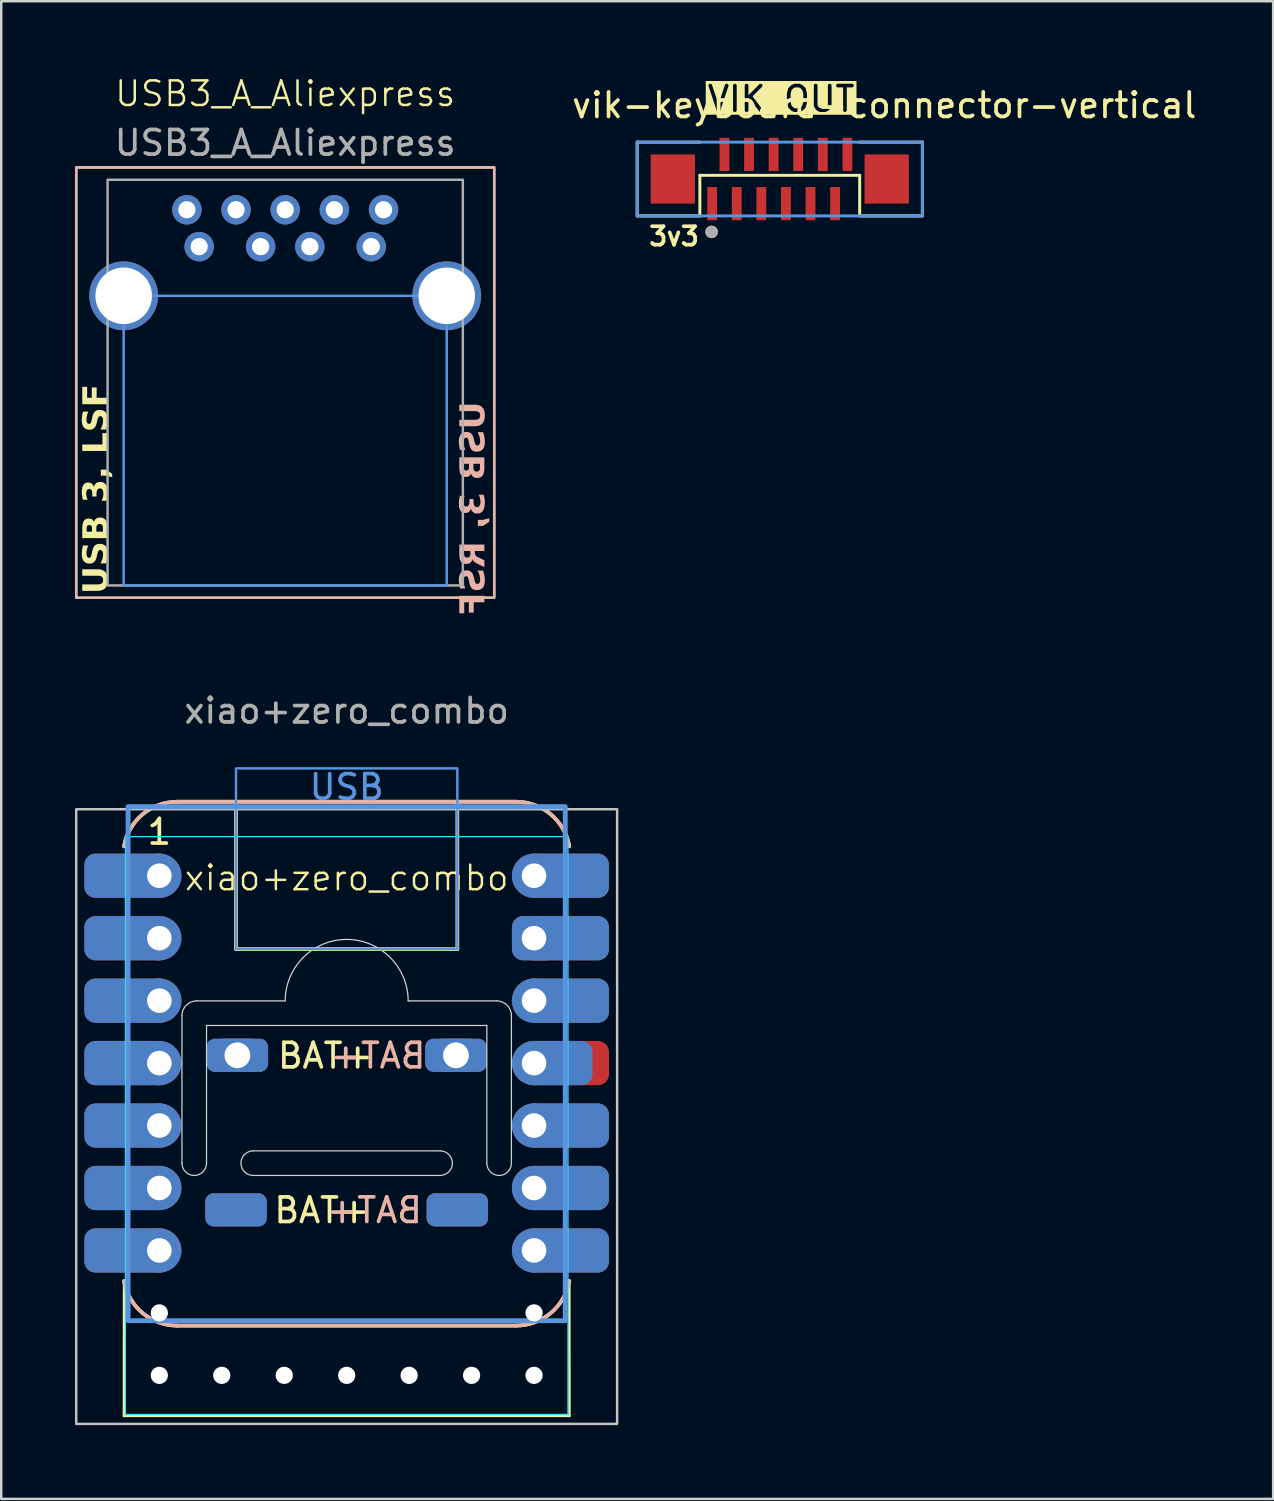
<source format=kicad_pcb>
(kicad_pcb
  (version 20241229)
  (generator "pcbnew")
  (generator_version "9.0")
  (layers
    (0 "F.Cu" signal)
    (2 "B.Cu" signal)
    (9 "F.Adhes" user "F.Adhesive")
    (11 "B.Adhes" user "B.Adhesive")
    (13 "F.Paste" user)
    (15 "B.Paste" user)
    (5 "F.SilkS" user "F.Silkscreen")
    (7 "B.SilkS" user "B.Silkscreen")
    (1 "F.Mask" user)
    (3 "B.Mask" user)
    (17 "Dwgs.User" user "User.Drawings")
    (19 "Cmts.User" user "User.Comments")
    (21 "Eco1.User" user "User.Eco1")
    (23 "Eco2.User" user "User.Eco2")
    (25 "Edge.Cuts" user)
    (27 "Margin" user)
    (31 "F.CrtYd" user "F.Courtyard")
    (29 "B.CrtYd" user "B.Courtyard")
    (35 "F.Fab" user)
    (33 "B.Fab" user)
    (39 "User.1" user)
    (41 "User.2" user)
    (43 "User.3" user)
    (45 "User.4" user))
  (footprint "xiao+zero_combo"
    (layer "F.Cu")
    (at 11.05 29.758)
    (property "Reference" "xiao+zero_combo" (at 0 2.9 0) (unlocked yes) (layer "F.SilkS") (effects (font (size 1 1) (thickness 0.1))))
    (attr through_hole)
    (fp_line (start -9.06 24.78) (end 9.06 24.78) (stroke (width 0.1) (type default)) (layer "F.SilkS"))
    (fp_line (start -9.056 19.294) (end -9.06 24.78) (stroke (width 0.1) (type default)) (layer "F.SilkS"))
    (fp_line (start -6.89 -0.2) (end 6.89 -0.2) (stroke (width 0.15) (type default)) (layer "F.SilkS"))
    (fp_line (start -4.501 5.795) (end -4.501 -0.2) (stroke (width 0.15) (type default)) (layer "F.SilkS"))
    (fp_line (start 4.501 5.795) (end -4.501 5.795) (stroke (width 0.15) (type default)) (layer "F.SilkS"))
    (fp_line (start 4.501 5.795) (end 4.501 -0.2) (stroke (width 0.15) (type default)) (layer "F.SilkS"))
    (fp_line (start 6.89 21.108) (end -6.89 21.108) (stroke (width 0.15) (type default)) (layer "F.SilkS"))
    (fp_line (start 9.056 19.294) (end 9.06 24.78) (stroke (width 0.1) (type default)) (layer "F.SilkS"))
    (fp_arc (start -9.055741 1.613262) (mid -8.302298 0.313166) (end -6.89 -0.2) (stroke (width 0.15) (type default)) (layer "F.SilkS"))
    (fp_arc (start -6.889999 21.1075) (mid -8.302298 20.594335) (end -9.055741 19.294239) (stroke (width 0.15) (type default)) (layer "F.SilkS"))
    (fp_arc (start 6.89 -0.2) (mid 8.302299 0.313165) (end 9.055741 1.613262) (stroke (width 0.15) (type default)) (layer "F.SilkS"))
    (fp_arc (start 9.055741 19.294238) (mid 8.302299 20.594335) (end 6.89 21.1075) (stroke (width 0.15) (type default)) (layer "F.SilkS"))
    (fp_line (start -6.89 21.107) (end 6.89 21.107) (stroke (width 0.15) (type default)) (layer "B.SilkS"))
    (fp_line (start 6.89 -0.2) (end -6.89 -0.2) (stroke (width 0.15) (type default)) (layer "B.SilkS"))
    (fp_arc (start -9.055741 1.613262) (mid -8.302299 0.313165) (end -6.89 -0.2) (stroke (width 0.15) (type default)) (layer "B.SilkS"))
    (fp_arc (start -6.89 21.107499) (mid -8.302299 20.594334) (end -9.055741 19.294237) (stroke (width 0.15) (type default)) (layer "B.SilkS"))
    (fp_arc (start 6.89 -0.2) (mid 8.302298 0.313166) (end 9.055741 1.613262) (stroke (width 0.15) (type default)) (layer "B.SilkS"))
    (fp_arc (start 9.055741 19.294238) (mid 8.302298 20.594334) (end 6.889999 21.107499) (stroke (width 0.15) (type default)) (layer "B.SilkS"))
    (fp_rect (start -11 0.104) (end 11 25.104) (stroke (width 0.1) (type default)) (fill no) (layer "Dwgs.User"))
    (fp_rect (start -8.89 0) (end 8.89 20.907) (stroke (width 0.2) (type solid)) (fill no) (layer "Cmts.User"))
    (fp_rect (start -4.501 -1.556) (end 4.501 5.795) (stroke (width 0.1) (type default)) (fill no) (layer "Cmts.User"))
    (fp_line (start -6.7 14.5) (end -6.7 8.5) (stroke (width 0.05) (type default)) (layer "Edge.Cuts"))
    (fp_line (start -6.1 7.9) (end -2.5 7.9) (stroke (width 0.05) (type default)) (layer "Edge.Cuts"))
    (fp_line (start -5.7 8.9) (end 5.7 8.9) (stroke (width 0.05) (type default)) (layer "Edge.Cuts"))
    (fp_line (start -5.7 14.5) (end -5.7 8.9) (stroke (width 0.05) (type default)) (layer "Edge.Cuts"))
    (fp_line (start -3.8 14) (end 3.8 14) (stroke (width 0.05) (type default)) (layer "Edge.Cuts"))
    (fp_line (start 3.8 15) (end -3.8 15) (stroke (width 0.05) (type default)) (layer "Edge.Cuts"))
    (fp_line (start 5.7 8.9) (end 5.7 14.5) (stroke (width 0.05) (type default)) (layer "Edge.Cuts"))
    (fp_line (start 6.1 7.9) (end 2.5 7.9) (stroke (width 0.05) (type default)) (layer "Edge.Cuts"))
    (fp_line (start 6.7 14.5) (end 6.7 8.5) (stroke (width 0.05) (type default)) (layer "Edge.Cuts"))
    (fp_arc (start -6.7 8.5) (mid -6.524264 8.075736) (end -6.1 7.9) (stroke (width 0.05) (type default)) (layer "Edge.Cuts"))
    (fp_arc (start -5.7 14.5) (mid -6.2 15) (end -6.7 14.5) (stroke (width 0.05) (type default)) (layer "Edge.Cuts"))
    (fp_arc (start -3.8 15) (mid -4.3 14.5) (end -3.8 14) (stroke (width 0.05) (type default)) (layer "Edge.Cuts"))
    (fp_arc (start -2.5 7.9) (mid 0 5.4) (end 2.5 7.9) (stroke (width 0.05) (type default)) (layer "Edge.Cuts"))
    (fp_arc (start 3.8 14) (mid 4.3 14.5) (end 3.8 15) (stroke (width 0.05) (type default)) (layer "Edge.Cuts"))
    (fp_arc (start 6.1 7.9) (mid 6.524264 8.075736) (end 6.7 8.5) (stroke (width 0.05) (type default)) (layer "Edge.Cuts"))
    (fp_arc (start 6.7 14.5) (mid 6.2 15) (end 5.7 14.5) (stroke (width 0.05) (type default)) (layer "Edge.Cuts"))
    (fp_line (start -9 1.22) (end -9 24.72) (stroke (width 0.05) (type solid)) (layer "B.CrtYd"))
    (fp_line (start -9 24.72) (end 9 24.72) (stroke (width 0.05) (type solid)) (layer "B.CrtYd"))
    (fp_line (start 9 1.22) (end -9 1.22) (stroke (width 0.05) (type solid)) (layer "B.CrtYd"))
    (fp_line (start 9 24.72) (end 9 1.22) (stroke (width 0.05) (type solid)) (layer "B.CrtYd"))
    (fp_rect (start -5.969 15.104) (end -2.718 19.091) (stroke (width 0.12) (type solid)) (fill no) (layer "User.1"))
    (fp_rect (start 2.845 15.104) (end 6.096 19.091) (stroke (width 0.12) (type solid)) (fill no) (layer "User.1"))
    (fp_text user "BAT+" (at -2.89 10.714 0) (unlocked yes) (layer "F.SilkS") (effects (font (size 1 1) (thickness 0.15)) (justify left bottom)))
    (fp_text user "1" (at -7.62 1.61 0) (layer "F.SilkS") (effects (font (size 1 1) (thickness 0.15)) (justify bottom)))
    (fp_text user "BAT+" (at -3.035 17.002 0) (unlocked yes) (layer "F.SilkS") (effects (font (size 1 1) (thickness 0.15)) (justify left bottom)))
    (fp_text user "BAT+" (at -0.9 17 0) (unlocked yes) (layer "B.SilkS") (effects (font (size 1 1) (thickness 0.15)) (justify right bottom mirror)))
    (fp_text user "BAT+" (at -0.755 10.713 0) (unlocked yes) (layer "B.SilkS") (effects (font (size 1 1) (thickness 0.15)) (justify right bottom mirror)))
    (fp_text user "USB" (at 0 -0.212 0) (layer "Cmts.User") (effects (font (size 1 1) (thickness 0.15)) (justify bottom)))
    (fp_text user "${REFERENCE}" (at 0 -3.9 0) (unlocked yes) (layer "F.Fab") (effects (font (size 1 1) (thickness 0.15))))
    (fp_text user "BOOT" (at 4.51 17.03 90) (unlocked yes) (layer "User.1") (effects (font (size 0.75 0.75) (thickness 0.15))))
    (fp_text user "RESET" (at -4.293 17.085 90) (unlocked yes) (layer "User.1") (effects (font (size 0.75 0.75) (thickness 0.15))))
    (pad "" np_thru_hole circle (at -7.62 20.59) (size 0.7 0.7) (drill 1) (layers "*.Cu" "*.Mask"))
    (pad "" np_thru_hole circle (at -7.62 23.13) (size 0.7 0.7) (drill 1) (layers "*.Cu" "*.Mask"))
    (pad "" np_thru_hole circle (at -5.08 23.13) (size 0.7 0.7) (drill 1) (layers "*.Cu" "*.Mask"))
    (pad "" np_thru_hole circle (at -2.54 23.13) (size 0.7 0.7) (drill 1) (layers "*.Cu" "*.Mask"))
    (pad "" np_thru_hole circle (at 0.000001 23.13) (size 0.7 0.7) (drill 1) (layers "*.Cu" "*.Mask"))
    (pad "" np_thru_hole circle (at 2.54 23.13) (size 0.7 0.7) (drill 1) (layers "*.Cu" "*.Mask"))
    (pad "" np_thru_hole circle (at 5.08 23.13) (size 0.7 0.7) (drill 1) (layers "*.Cu" "*.Mask"))
    (pad "" np_thru_hole circle (at 7.62 20.59) (size 0.7 0.7) (drill 1) (layers "*.Cu" "*.Mask"))
    (pad "" np_thru_hole circle (at 7.62 23.13) (size 0.7 0.7) (drill 1) (layers "*.Cu" "*.Mask"))
    (pad "1" smd roundrect (at -8.92 2.81) (size 3.5 1.8) (layers "F.Cu" "F.Mask") (roundrect_rratio 0.25))
    (pad "1" smd roundrect (at -8.92 2.81) (size 3.5 1.8) (layers "B.Cu" "B.Mask") (roundrect_rratio 0.25))
    (pad "1" thru_hole circle (at -7.62 2.81) (size 1.8 1.8) (drill 1) (layers "*.Cu" "*.Mask"))
    (pad "2" smd roundrect (at -8.92 5.35) (size 3.5 1.8) (layers "F.Cu" "F.Mask") (roundrect_rratio 0.25))
    (pad "2" smd roundrect (at -8.92 5.35) (size 3.5 1.8) (layers "B.Cu" "B.Mask") (roundrect_rratio 0.25))
    (pad "2" thru_hole circle (at -7.62 5.35) (size 1.8 1.8) (drill 1) (layers "*.Cu" "*.Mask"))
    (pad "3" smd roundrect (at -8.92 7.89) (size 3.5 1.8) (layers "F.Cu" "F.Mask") (roundrect_rratio 0.25))
    (pad "3" smd roundrect (at -8.92 7.89) (size 3.5 1.8) (layers "B.Cu" "B.Mask") (roundrect_rratio 0.25))
    (pad "3" thru_hole circle (at -7.62 7.89) (size 1.8 1.8) (drill 1) (layers "*.Cu" "*.Mask"))
    (pad "4" smd roundrect (at -8.92 10.43) (size 3.5 1.8) (layers "F.Cu" "F.Mask") (roundrect_rratio 0.25))
    (pad "4" smd roundrect (at -8.92 10.43) (size 3.5 1.8) (layers "B.Cu" "B.Mask") (roundrect_rratio 0.25))
    (pad "4" thru_hole circle (at -7.62 10.43) (size 1.8 1.8) (drill 1) (layers "*.Cu" "*.Mask"))
    (pad "5" smd roundrect (at -8.92 12.97) (size 3.5 1.8) (layers "F.Cu" "F.Mask") (roundrect_rratio 0.25))
    (pad "5" smd roundrect (at -8.92 12.97) (size 3.5 1.8) (layers "B.Cu" "B.Mask") (roundrect_rratio 0.25))
    (pad "5" thru_hole circle (at -7.62 12.97) (size 1.8 1.8) (drill 1) (layers "*.Cu" "*.Mask"))
    (pad "6" smd roundrect (at -8.92 15.51) (size 3.5 1.8) (layers "F.Cu" "F.Mask") (roundrect_rratio 0.25))
    (pad "6" smd roundrect (at -8.92 15.51) (size 3.5 1.8) (layers "B.Cu" "B.Mask") (roundrect_rratio 0.25))
    (pad "6" thru_hole circle (at -7.62 15.51) (size 1.8 1.8) (drill 1) (layers "*.Cu" "*.Mask"))
    (pad "7" smd roundrect (at -8.92 18.05) (size 3.5 1.8) (layers "F.Cu" "F.Mask") (roundrect_rratio 0.25))
    (pad "7" smd roundrect (at -8.92 18.05) (size 3.5 1.8) (layers "B.Cu" "B.Mask") (roundrect_rratio 0.25))
    (pad "7" thru_hole circle (at -7.62 18.05) (size 1.8 1.8) (drill 1) (layers "*.Cu" "*.Mask"))
    (pad "8" thru_hole circle (at 7.62 2.81 180) (size 1.8 1.8) (drill 1) (layers "*.Cu" "*.Mask"))
    (pad "8" smd roundrect (at 8.92 2.81 180) (size 3.5 1.8) (layers "F.Cu" "F.Mask") (roundrect_rratio 0.25))
    (pad "8" smd roundrect (at 8.92 2.81 180) (size 3.5 1.8) (layers "B.Cu" "B.Mask") (roundrect_rratio 0.25))
    (pad "9" thru_hole roundrect (at 7.62 5.35 180) (size 1.8 1.8) (drill 1) (layers "*.Cu" "*.Mask") (roundrect_rratio 0.25))
    (pad "9" smd roundrect (at 8.92 5.35 180) (size 3.5 1.8) (layers "F.Cu" "F.Mask") (roundrect_rratio 0.25))
    (pad "9" smd roundrect (at 8.92 5.35 180) (size 3.5 1.8) (layers "B.Cu" "B.Mask") (roundrect_rratio 0.25))
    (pad "10" thru_hole circle (at 7.62 7.89 180) (size 1.8 1.8) (drill 1) (layers "*.Cu" "*.Mask"))
    (pad "10" smd roundrect (at 8.92 7.89 180) (size 3.5 1.8) (layers "F.Cu" "F.Mask") (roundrect_rratio 0.25))
    (pad "10" smd roundrect (at 8.92 7.89 180) (size 3.5 1.8) (layers "B.Cu" "B.Mask") (roundrect_rratio 0.25))
    (pad "11" thru_hole circle (at 7.62 10.43 180) (size 1.8 1.8) (drill 1) (layers "*.Cu" "*.Mask"))
    (pad "11" smd roundrect (at 8.585 10.43 180) (size 2.83 1.8) (layers "B.Cu" "B.Mask") (roundrect_rratio 0.25))
    (pad "11" smd roundrect (at 8.92 10.43 180) (size 3.5 1.8) (layers "F.Cu" "F.Mask") (roundrect_rratio 0.25))
    (pad "12" thru_hole circle (at 7.62 12.97 180) (size 1.8 1.8) (drill 1) (layers "*.Cu" "*.Mask"))
    (pad "12" smd roundrect (at 8.92 12.97 180) (size 3.5 1.8) (layers "F.Cu" "F.Mask") (roundrect_rratio 0.25))
    (pad "12" smd roundrect (at 8.92 12.97 180) (size 3.5 1.8) (layers "B.Cu" "B.Mask") (roundrect_rratio 0.25))
    (pad "13" thru_hole circle (at 7.62 15.51) (size 1.8 1.8) (drill 1) (layers "*.Cu" "*.Mask"))
    (pad "13" smd roundrect (at 8.92 15.51) (size 3.5 1.8) (layers "F.Cu" "F.Mask") (roundrect_rratio 0.25))
    (pad "13" smd roundrect (at 8.92 15.51) (size 3.5 1.8) (layers "B.Cu" "B.Mask") (roundrect_rratio 0.25))
    (pad "14" thru_hole circle (at 7.62 18.05) (size 1.8 1.8) (drill 1) (layers "*.Cu" "*.Mask"))
    (pad "14" smd roundrect (at 8.92 18.05) (size 3.5 1.8) (layers "F.Cu" "F.Mask") (roundrect_rratio 0.25))
    (pad "14" smd roundrect (at 8.92 18.05) (size 3.5 1.8) (layers "B.Cu" "B.Mask") (roundrect_rratio 0.25))
    (pad "15" smd roundrect (at -4.5 16.4) (size 2.5 1.35) (layers "F.Cu" "F.Mask") (roundrect_rratio 0.25))
    (pad "15" smd roundrect (at -4.5 16.4) (size 2.5 1.35) (layers "B.Cu" "B.Mask") (roundrect_rratio 0.25))
    (pad "15" thru_hole roundrect (at -4.445 10.113) (size 1.8 1.35) (drill 1.05) (layers "*.Cu" "*.Mask") (roundrect_rratio 0.25))
    (pad "15" smd roundrect (at -4.445 10.113) (size 2.5 1.35) (layers "F.Cu" "F.Mask") (roundrect_rratio 0.25))
    (pad "15" smd roundrect (at -4.445 10.113) (size 2.5 1.35) (layers "B.Cu" "B.Mask") (roundrect_rratio 0.25))
    (pad "15" thru_hole roundrect (at 4.445 10.113) (size 1.8 1.35) (drill 1.05) (layers "*.Cu" "*.Mask") (roundrect_rratio 0.25))
    (pad "15" smd roundrect (at 4.445 10.113) (size 2.5 1.35) (layers "F.Cu" "F.Mask") (roundrect_rratio 0.25))
    (pad "15" smd roundrect (at 4.445 10.113) (size 2.5 1.35) (layers "B.Cu" "B.Mask") (roundrect_rratio 0.25))
    (pad "15" smd roundrect (at 4.5 16.4) (size 2.5 1.35) (layers "F.Cu" "F.Mask") (roundrect_rratio 0.25))
    (pad "15" smd roundrect (at 4.5 16.4) (size 2.5 1.35) (layers "B.Cu" "B.Mask") (roundrect_rratio 0.25)))
  (footprint "vik-keyboard-connector-vertical"
    (layer "F.Cu")
    (at 28.665 4.231)
    (property "Reference" "vik-keyboard-connector-vertical" (at 4.25 -3 0) (unlocked yes) (layer "F.SilkS") (effects (font (size 1 1) (thickness 0.15))))
    (attr smd)
    (fp_line (start -5.8 -1.5) (end -3.25 -1.5) (stroke (width 0.12) (type default)) (layer "F.SilkS"))
    (fp_line (start -5.8 1.5) (end -5.8 -1.5) (stroke (width 0.12) (type default)) (layer "F.SilkS"))
    (fp_line (start -5.8 1.5) (end -3.25 1.5) (stroke (width 0.12) (type default)) (layer "F.SilkS"))
    (fp_line (start -3.25 -0.15) (end -3.25 1.5) (stroke (width 0.12) (type default)) (layer "F.SilkS"))
    (fp_line (start -3.25 -0.15) (end 3.25 -0.15) (stroke (width 0.12) (type default)) (layer "F.SilkS"))
    (fp_line (start 3.25 -0.15) (end 3.25 1.5) (stroke (width 0.12) (type default)) (layer "F.SilkS"))
    (fp_line (start 5.8 -1.5) (end 3.25 -1.5) (stroke (width 0.12) (type default)) (layer "F.SilkS"))
    (fp_line (start 5.8 1.5) (end 3.25 1.5) (stroke (width 0.12) (type default)) (layer "F.SilkS"))
    (fp_line (start 5.8 1.5) (end 5.8 -1.5) (stroke (width 0.12) (type default)) (layer "F.SilkS"))
    (fp_circle (center -2.773 2.15) (end -2.646 2.15) (stroke (width 0.254) (type solid)) (fill no) (layer "F.SilkS"))
    (fp_rect (start -5.8 -1.5) (end 5.8 1.5) (stroke (width 0.12) (type default)) (fill no) (layer "Cmts.User"))
    (fp_circle (center -2.773 2.15) (end -2.646 2.15) (stroke (width 0.254) (type solid)) (fill no) (layer "F.Fab"))
    (fp_text user "VIK OUT" (at -3.02 -2.67 0) (unlocked yes) (layer "F.SilkS" knockout) (effects (font (size 1 1) (thickness 0.15)) (justify left bottom)))
    (fp_text user "3v3" (at -5.4 2.77 0) (unlocked yes) (layer "F.SilkS") (effects (font (size 0.75 0.75) (thickness 0.15)) (justify left bottom)))
    (fp_text user " C262499" (at -4 3.75 0) (unlocked yes) (layer "User.2") (effects (font (size 1 1) (thickness 0.15)) (justify left bottom)))
    (pad "" smd rect (at -4.35 0) (size 1.8 2) (layers "F.Cu" "F.Mask" "F.Paste"))
    (pad "" smd rect (at 4.35 0) (size 1.8 2) (layers "F.Cu" "F.Mask" "F.Paste"))
    (pad "1" smd rect (at -2.75 1) (size 0.4 1.35) (layers "F.Cu" "F.Mask" "F.Paste"))
    (pad "2" smd rect (at -2.25 -1) (size 0.4 1.35) (layers "F.Cu" "F.Mask" "F.Paste"))
    (pad "3" smd rect (at -1.75 1) (size 0.4 1.35) (layers "F.Cu" "F.Mask" "F.Paste"))
    (pad "4" smd rect (at -1.25 -1) (size 0.4 1.35) (layers "F.Cu" "F.Mask" "F.Paste"))
    (pad "5" smd rect (at -0.75 1) (size 0.4 1.35) (layers "F.Cu" "F.Mask" "F.Paste"))
    (pad "6" smd rect (at -0.25 -1) (size 0.4 1.35) (layers "F.Cu" "F.Mask" "F.Paste"))
    (pad "7" smd rect (at 0.25 1) (size 0.4 1.35) (layers "F.Cu" "F.Mask" "F.Paste"))
    (pad "8" smd rect (at 0.75 -1) (size 0.4 1.35) (layers "F.Cu" "F.Mask" "F.Paste"))
    (pad "9" smd rect (at 1.25 1) (size 0.4 1.35) (layers "F.Cu" "F.Mask" "F.Paste"))
    (pad "10" smd rect (at 1.75 -1) (size 0.4 1.35) (layers "F.Cu" "F.Mask" "F.Paste"))
    (pad "11" smd rect (at 2.25 1) (size 0.4 1.35) (layers "F.Cu" "F.Mask" "F.Paste"))
    (pad "12" smd rect (at 2.75 -1) (size 0.4 1.35) (layers "F.Cu" "F.Mask" "F.Paste")))
  (footprint "USB3_A_Aliexpress"
    (layer "F.Cu")
    (at 8.55 3.761)
    (property "Reference" "USB3_A_Aliexpress" (at 0 -3 0) (unlocked yes) (layer "F.SilkS") (effects (font (size 1 1) (thickness 0.1))))
    (attr through_hole)
    (fp_poly (pts (xy -8.5 -0.000001) (xy 8.5 0.000001) (xy 8.5 17.5) (xy -8.5 17.5)) (stroke (width 0.1) (type default)) (fill no) (layer "F.SilkS"))
    (fp_poly (pts (xy 8.5 0.000001) (xy -8.5 0.000003) (xy -8.5 17.5) (xy 8.5 17.5)) (stroke (width 0.1) (type default)) (fill no) (layer "B.SilkS"))
    (fp_poly (pts (xy -6.57 5.22) (xy 6.57 5.22) (xy 6.57 17) (xy -6.57 17)) (stroke (width 0.1) (type default)) (fill no) (layer "Cmts.User"))
    (fp_poly (pts (xy -7.225 0.5) (xy 7.225 0.5) (xy 7.225 17) (xy -7.225 17)) (stroke (width 0.1) (type default)) (fill no) (layer "F.Fab"))
    (fp_text user "USB 3, LSF" (at -7.065 17.349 90) (unlocked yes) (layer "F.SilkS") (effects (font (face "Source Code Pro Black") (size 1 1) (thickness 0.25) (bold yes)) (justify left bottom)))
    (fp_text user "USB 3, RSF" (at 8.271 9.518 90) (unlocked yes) (layer "B.SilkS") (effects (font (face "Nimbus Sans") (size 1 1) (thickness 0.25) (bold yes)) (justify left bottom mirror)))
    (fp_text user "${REFERENCE}" (at 0.000001 -1 0) (layer "F.Fab") (effects (font (size 1 1) (thickness 0.15))))
    (pad "1" thru_hole circle (at -3.5 3.22) (size 1.2 1.2) (drill 0.7) (layers "*.Cu" "*.Mask"))
    (pad "2" thru_hole circle (at -1 3.22) (size 1.2 1.2) (drill 0.7) (layers "*.Cu" "*.Mask"))
    (pad "3" thru_hole circle (at 1 3.22) (size 1.2 1.2) (drill 0.7) (layers "*.Cu" "*.Mask"))
    (pad "4" thru_hole circle (at 3.5 3.22) (size 1.2 1.2) (drill 0.7) (layers "*.Cu" "*.Mask"))
    (pad "5" thru_hole circle (at 4 1.72) (size 1.2 1.2) (drill 0.7) (layers "*.Cu" "*.Mask"))
    (pad "6" thru_hole circle (at 2 1.72) (size 1.2 1.2) (drill 0.7) (layers "*.Cu" "*.Mask"))
    (pad "7" thru_hole circle (at 0 1.72) (size 1.2 1.2) (drill 0.7) (layers "*.Cu" "*.Mask"))
    (pad "8" thru_hole circle (at -2 1.72) (size 1.2 1.2) (drill 0.7) (layers "*.Cu" "*.Mask"))
    (pad "9" thru_hole circle (at -4 1.72) (size 1.2 1.2) (drill 0.7) (layers "*.Cu" "*.Mask"))
    (pad "10" thru_hole circle (at -6.57 5.22) (size 2.8 2.8) (drill 2.3) (layers "*.Cu" "*.Mask"))
    (pad "10" thru_hole circle (at 6.57 5.22) (size 2.8 2.8) (drill 2.3) (layers "*.Cu" "*.Mask")))
  (gr_rect
    (start -3 -3)
    (end 48.731 57.912)
    (stroke (width 0.1) (type default))
    (fill no)
    (layer "Edge.Cuts")))
</source>
